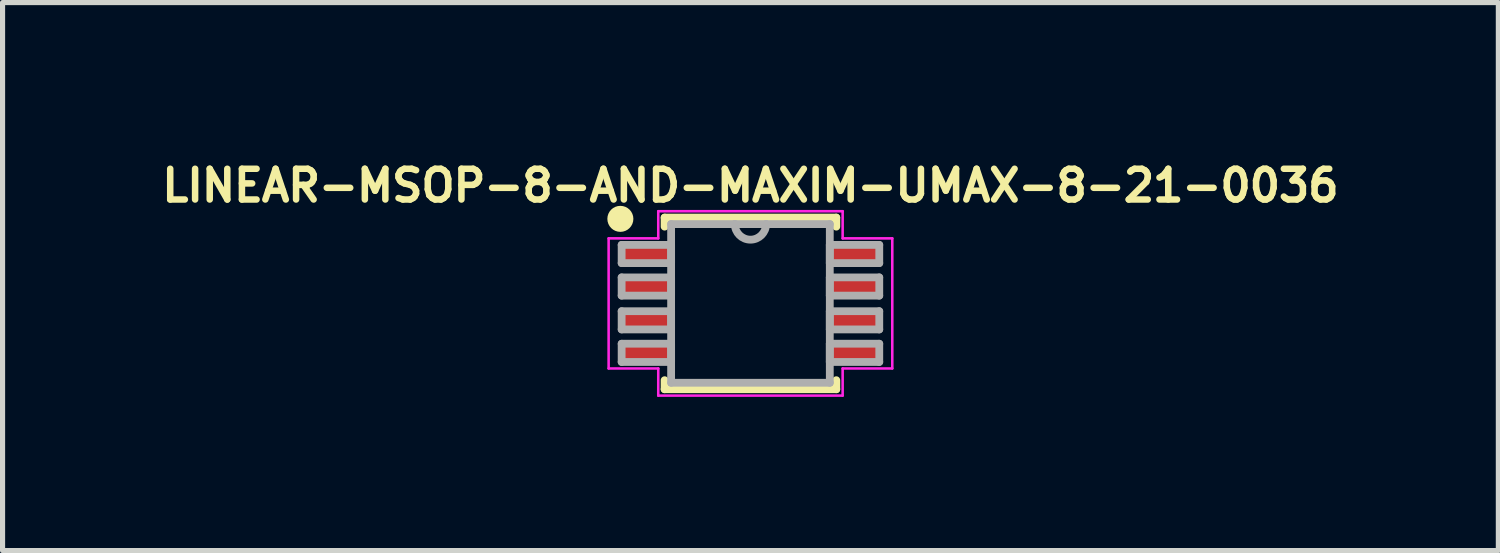
<source format=kicad_pcb>
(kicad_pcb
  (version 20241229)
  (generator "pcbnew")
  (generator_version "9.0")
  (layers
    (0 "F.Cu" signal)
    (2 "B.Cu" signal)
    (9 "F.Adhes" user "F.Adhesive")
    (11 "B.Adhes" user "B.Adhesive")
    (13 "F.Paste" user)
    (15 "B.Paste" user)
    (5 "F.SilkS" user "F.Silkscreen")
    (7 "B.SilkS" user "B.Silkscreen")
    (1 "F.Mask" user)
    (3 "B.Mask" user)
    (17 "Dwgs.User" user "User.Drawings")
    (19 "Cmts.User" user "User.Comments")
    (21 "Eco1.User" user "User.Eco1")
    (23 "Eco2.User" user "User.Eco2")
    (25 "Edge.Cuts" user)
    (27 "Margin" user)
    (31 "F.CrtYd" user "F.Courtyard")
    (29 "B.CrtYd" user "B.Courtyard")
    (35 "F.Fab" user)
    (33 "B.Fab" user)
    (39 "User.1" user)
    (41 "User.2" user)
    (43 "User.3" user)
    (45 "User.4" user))
  (footprint "LINEAR-MSOP-8-AND-MAXIM-UMAX-8-21-0036"
    (layer "F.Cu")
    (at 11.602 2.874)
    (property "Reference" "LINEAR-MSOP-8-AND-MAXIM-UMAX-8-21-0036" (at 0 -2.3 0) (layer "F.SilkS") (effects (font (size 0.6 0.6) (thickness 0.127) (bold yes))))
    (fp_line (start -1.676 -1.676) (end -1.676 -1.499) (stroke (width 0.152) (type solid)) (layer "F.SilkS"))
    (fp_line (start -1.676 1.499) (end -1.676 1.676) (stroke (width 0.152) (type solid)) (layer "F.SilkS"))
    (fp_line (start -1.676 1.676) (end 1.676 1.676) (stroke (width 0.152) (type solid)) (layer "F.SilkS"))
    (fp_line (start 1.676 -1.676) (end -1.676 -1.676) (stroke (width 0.152) (type solid)) (layer "F.SilkS"))
    (fp_line (start 1.676 -1.499) (end 1.676 -1.676) (stroke (width 0.152) (type solid)) (layer "F.SilkS"))
    (fp_line (start 1.676 1.676) (end 1.676 1.499) (stroke (width 0.152) (type solid)) (layer "F.SilkS"))
    (fp_circle (center -2.54 -1.651) (end -2.413 -1.651) (stroke (width 0.254) (type solid)) (fill yes) (layer "F.SilkS"))
    (fp_line (start -2.769 -1.27) (end -1.8 -1.27) (stroke (width 0.05) (type solid)) (layer "F.CrtYd"))
    (fp_line (start -2.769 1.27) (end -2.769 -1.27) (stroke (width 0.05) (type solid)) (layer "F.CrtYd"))
    (fp_line (start -2.769 1.27) (end -1.8 1.27) (stroke (width 0.05) (type solid)) (layer "F.CrtYd"))
    (fp_line (start -1.8 -1.8) (end 1.8 -1.8) (stroke (width 0.05) (type solid)) (layer "F.CrtYd"))
    (fp_line (start -1.8 -1.27) (end -1.8 -1.8) (stroke (width 0.05) (type solid)) (layer "F.CrtYd"))
    (fp_line (start -1.8 1.8) (end -1.8 1.27) (stroke (width 0.05) (type solid)) (layer "F.CrtYd"))
    (fp_line (start 1.8 -1.8) (end 1.8 -1.27) (stroke (width 0.05) (type solid)) (layer "F.CrtYd"))
    (fp_line (start 1.8 1.27) (end 1.8 1.8) (stroke (width 0.05) (type solid)) (layer "F.CrtYd"))
    (fp_line (start 1.8 1.8) (end -1.8 1.8) (stroke (width 0.05) (type solid)) (layer "F.CrtYd"))
    (fp_line (start 2.769 -1.27) (end 1.8 -1.27) (stroke (width 0.05) (type solid)) (layer "F.CrtYd"))
    (fp_line (start 2.769 -1.27) (end 2.769 1.27) (stroke (width 0.05) (type solid)) (layer "F.CrtYd"))
    (fp_line (start 2.769 1.27) (end 1.8 1.27) (stroke (width 0.05) (type solid)) (layer "F.CrtYd"))
    (fp_line (start -2.515 -1.143) (end -2.515 -0.787) (stroke (width 0.152) (type solid)) (layer "F.Fab"))
    (fp_line (start -2.515 -0.787) (end -1.549 -0.787) (stroke (width 0.152) (type solid)) (layer "F.Fab"))
    (fp_line (start -2.515 -0.508) (end -2.515 -0.152) (stroke (width 0.152) (type solid)) (layer "F.Fab"))
    (fp_line (start -2.515 -0.152) (end -1.549 -0.152) (stroke (width 0.152) (type solid)) (layer "F.Fab"))
    (fp_line (start -2.515 0.152) (end -2.515 0.508) (stroke (width 0.152) (type solid)) (layer "F.Fab"))
    (fp_line (start -2.515 0.508) (end -1.549 0.508) (stroke (width 0.152) (type solid)) (layer "F.Fab"))
    (fp_line (start -2.515 0.787) (end -2.515 1.143) (stroke (width 0.152) (type solid)) (layer "F.Fab"))
    (fp_line (start -2.515 1.143) (end -1.549 1.143) (stroke (width 0.152) (type solid)) (layer "F.Fab"))
    (fp_line (start -1.549 -1.549) (end -1.549 1.549) (stroke (width 0.152) (type solid)) (layer "F.Fab"))
    (fp_line (start -1.549 -1.143) (end -2.515 -1.143) (stroke (width 0.152) (type solid)) (layer "F.Fab"))
    (fp_line (start -1.549 -0.787) (end -1.549 -1.143) (stroke (width 0.152) (type solid)) (layer "F.Fab"))
    (fp_line (start -1.549 -0.508) (end -2.515 -0.508) (stroke (width 0.152) (type solid)) (layer "F.Fab"))
    (fp_line (start -1.549 -0.152) (end -1.549 -0.508) (stroke (width 0.152) (type solid)) (layer "F.Fab"))
    (fp_line (start -1.549 0.152) (end -2.515 0.152) (stroke (width 0.152) (type solid)) (layer "F.Fab"))
    (fp_line (start -1.549 0.508) (end -1.549 0.152) (stroke (width 0.152) (type solid)) (layer "F.Fab"))
    (fp_line (start -1.549 0.787) (end -2.515 0.787) (stroke (width 0.152) (type solid)) (layer "F.Fab"))
    (fp_line (start -1.549 1.143) (end -1.549 0.787) (stroke (width 0.152) (type solid)) (layer "F.Fab"))
    (fp_line (start -1.549 1.549) (end 1.549 1.549) (stroke (width 0.152) (type solid)) (layer "F.Fab"))
    (fp_line (start -0.305 -1.549) (end -1.549 -1.549) (stroke (width 0.152) (type solid)) (layer "F.Fab"))
    (fp_line (start 0.305 -1.549) (end -0.305 -1.549) (stroke (width 0.152) (type solid)) (layer "F.Fab"))
    (fp_line (start 1.549 -1.549) (end 0.305 -1.549) (stroke (width 0.152) (type solid)) (layer "F.Fab"))
    (fp_line (start 1.549 -1.143) (end 1.549 -0.787) (stroke (width 0.152) (type solid)) (layer "F.Fab"))
    (fp_line (start 1.549 -0.787) (end 2.515 -0.787) (stroke (width 0.152) (type solid)) (layer "F.Fab"))
    (fp_line (start 1.549 -0.508) (end 1.549 -0.152) (stroke (width 0.152) (type solid)) (layer "F.Fab"))
    (fp_line (start 1.549 -0.152) (end 2.515 -0.152) (stroke (width 0.152) (type solid)) (layer "F.Fab"))
    (fp_line (start 1.549 0.152) (end 1.549 0.508) (stroke (width 0.152) (type solid)) (layer "F.Fab"))
    (fp_line (start 1.549 0.508) (end 2.515 0.508) (stroke (width 0.152) (type solid)) (layer "F.Fab"))
    (fp_line (start 1.549 0.787) (end 1.549 1.143) (stroke (width 0.152) (type solid)) (layer "F.Fab"))
    (fp_line (start 1.549 1.143) (end 2.515 1.143) (stroke (width 0.152) (type solid)) (layer "F.Fab"))
    (fp_line (start 1.549 1.549) (end 1.549 -1.549) (stroke (width 0.152) (type solid)) (layer "F.Fab"))
    (fp_line (start 2.515 -1.143) (end 1.549 -1.143) (stroke (width 0.152) (type solid)) (layer "F.Fab"))
    (fp_line (start 2.515 -0.787) (end 2.515 -1.143) (stroke (width 0.152) (type solid)) (layer "F.Fab"))
    (fp_line (start 2.515 -0.508) (end 1.549 -0.508) (stroke (width 0.152) (type solid)) (layer "F.Fab"))
    (fp_line (start 2.515 -0.152) (end 2.515 -0.508) (stroke (width 0.152) (type solid)) (layer "F.Fab"))
    (fp_line (start 2.515 0.152) (end 1.549 0.152) (stroke (width 0.152) (type solid)) (layer "F.Fab"))
    (fp_line (start 2.515 0.508) (end 2.515 0.152) (stroke (width 0.152) (type solid)) (layer "F.Fab"))
    (fp_line (start 2.515 0.787) (end 1.549 0.787) (stroke (width 0.152) (type solid)) (layer "F.Fab"))
    (fp_line (start 2.515 1.143) (end 2.515 0.787) (stroke (width 0.152) (type solid)) (layer "F.Fab"))
    (fp_arc (start 0.3048 -1.5494) (mid 0 -1.2446) (end -0.3048 -1.5494) (stroke (width 0.1524) (type solid)) (layer "F.Fab"))
    (pad "1" smd rect (at -2.05 -0.975) (size 0.9 0.42) (layers "F.Cu" "F.Mask" "F.Paste"))
    (pad "2" smd rect (at -2.05 -0.325) (size 0.9 0.42) (layers "F.Cu" "F.Mask" "F.Paste"))
    (pad "3" smd rect (at -2.05 0.325) (size 0.9 0.42) (layers "F.Cu" "F.Mask" "F.Paste"))
    (pad "4" smd rect (at -2.05 0.975) (size 0.9 0.42) (layers "F.Cu" "F.Mask" "F.Paste"))
    (pad "5" smd rect (at 2.05 0.975) (size 0.9 0.42) (layers "F.Cu" "F.Mask" "F.Paste"))
    (pad "6" smd rect (at 2.05 0.325) (size 0.9 0.42) (layers "F.Cu" "F.Mask" "F.Paste"))
    (pad "7" smd rect (at 2.05 -0.325) (size 0.9 0.42) (layers "F.Cu" "F.Mask" "F.Paste"))
    (pad "8" smd rect (at 2.05 -0.975) (size 0.9 0.42) (layers "F.Cu" "F.Mask" "F.Paste")))
  (gr_rect
    (start -3 -3)
    (end 26.204 7.699)
    (stroke (width 0.1) (type default))
    (fill no)
    (layer "Edge.Cuts")))
</source>
